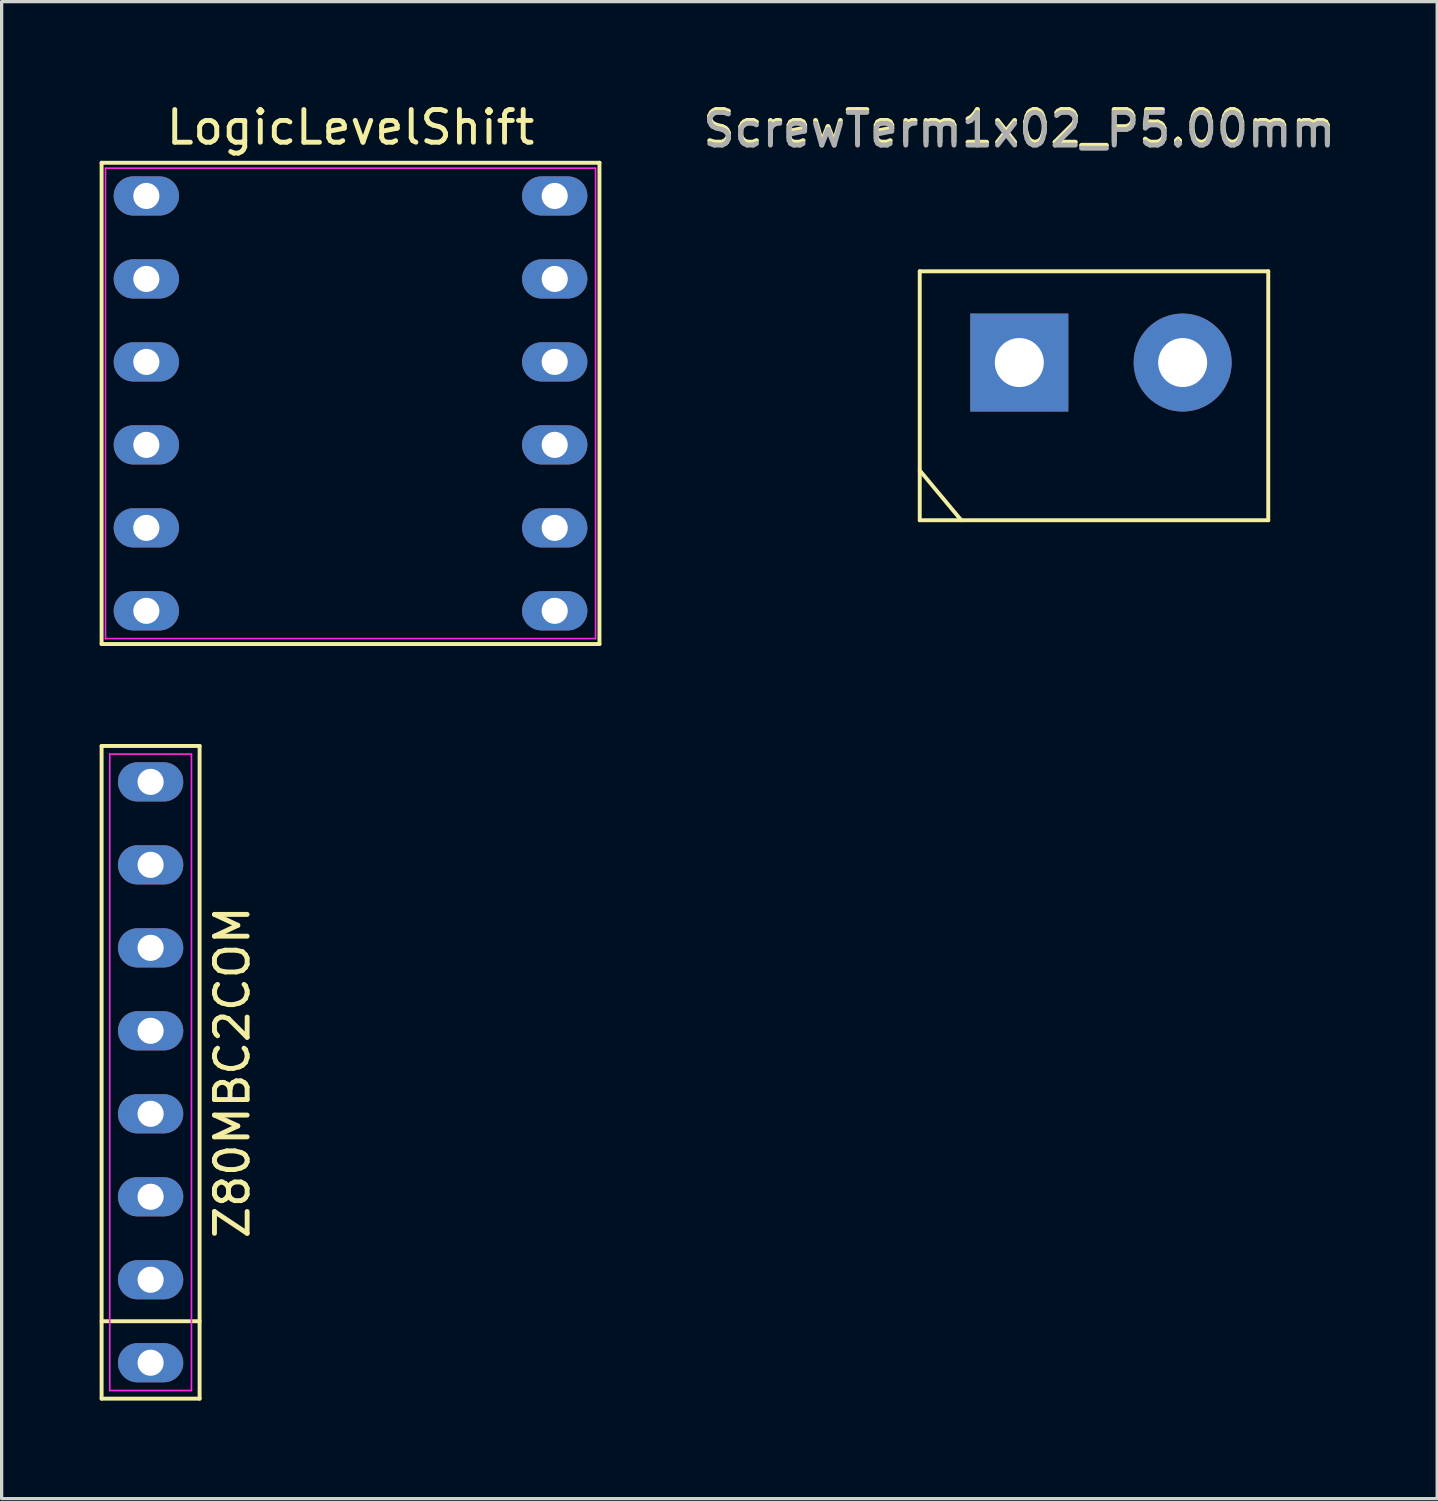
<source format=kicad_pcb>
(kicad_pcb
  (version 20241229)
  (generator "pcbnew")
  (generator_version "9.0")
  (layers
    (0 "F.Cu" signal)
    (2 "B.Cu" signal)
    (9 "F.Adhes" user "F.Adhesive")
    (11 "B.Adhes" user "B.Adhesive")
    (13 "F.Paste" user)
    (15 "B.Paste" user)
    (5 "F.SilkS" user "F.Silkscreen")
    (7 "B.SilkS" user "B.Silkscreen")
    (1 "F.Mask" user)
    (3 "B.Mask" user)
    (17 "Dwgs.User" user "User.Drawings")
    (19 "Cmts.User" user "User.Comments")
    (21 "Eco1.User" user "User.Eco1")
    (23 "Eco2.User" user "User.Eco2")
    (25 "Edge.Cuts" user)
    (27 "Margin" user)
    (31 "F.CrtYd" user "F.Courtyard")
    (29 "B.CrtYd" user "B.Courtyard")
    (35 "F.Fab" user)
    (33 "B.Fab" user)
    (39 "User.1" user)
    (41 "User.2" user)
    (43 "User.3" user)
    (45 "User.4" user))
  (footprint "ScrewTerm1x02_P5.00mm"
    (layer "F.Cu")
    (at 28.152 8.048)
    (property "Reference" "ScrewTerm1x02_P5.00mm" (at 0 -7.2 0) (layer "F.SilkS") (effects (font (size 1 1) (thickness 0.15))))
    (attr through_hole)
    (fp_line (start -3.048 -2.794) (end 7.62 -2.794) (stroke (width 0.12) (type solid)) (layer "F.SilkS"))
    (fp_line (start -3.048 3.302) (end -1.778 4.826) (stroke (width 0.12) (type solid)) (layer "F.SilkS"))
    (fp_line (start -3.048 4.826) (end -3.048 -2.794) (stroke (width 0.12) (type solid)) (layer "F.SilkS"))
    (fp_line (start 7.62 -2.794) (end 7.62 4.826) (stroke (width 0.12) (type solid)) (layer "F.SilkS"))
    (fp_line (start 7.62 4.826) (end -3.048 4.826) (stroke (width 0.12) (type solid)) (layer "F.SilkS"))
    (fp_text user "${REFERENCE}" (at 0 -7.112 0) (layer "F.Fab") (effects (font (size 1 1) (thickness 0.15))))
    (pad "1" thru_hole rect (at 0 0) (size 3 3) (drill 1.5) (layers "*.Cu" "*.Mask"))
    (pad "2" thru_hole circle (at 5 0) (size 3 3) (drill 1.5) (layers "*.Cu" "*.Mask")))
  (footprint "Z80MBC2COM"
    (layer "F.Cu")
    (at 1.814 29.774)
    (property "Reference" "Z80MBC2COM" (at 2.246 0 90) (layer "F.SilkS") (effects (font (size 1 1) (thickness 0.15))))
    (attr through_hole)
    (fp_line (start -1.754 -9.99) (end 1.246 -9.99) (stroke (width 0.12) (type solid)) (layer "F.SilkS"))
    (fp_line (start -1.754 7.62) (end 1.246 7.62) (stroke (width 0.12) (type solid)) (layer "F.SilkS"))
    (fp_line (start -1.754 9.99) (end -1.754 -9.99) (stroke (width 0.12) (type solid)) (layer "F.SilkS"))
    (fp_line (start 1.246 -9.99) (end 1.246 9.99) (stroke (width 0.12) (type solid)) (layer "F.SilkS"))
    (fp_line (start 1.246 9.99) (end -1.754 9.99) (stroke (width 0.12) (type solid)) (layer "F.SilkS"))
    (fp_line (start -1.504 -9.74) (end 0.996 -9.74) (stroke (width 0.05) (type solid)) (layer "F.CrtYd"))
    (fp_line (start -1.504 9.74) (end -1.504 -9.74) (stroke (width 0.05) (type solid)) (layer "F.CrtYd"))
    (fp_line (start 0.996 -9.74) (end 0.996 9.74) (stroke (width 0.05) (type solid)) (layer "F.CrtYd"))
    (fp_line (start 0.996 9.74) (end -1.504 9.74) (stroke (width 0.05) (type solid)) (layer "F.CrtYd"))
    (pad "1" thru_hole oval (at -0.254 8.89 90) (size 1.2 2) (drill 0.8) (layers "*.Cu" "*.Mask"))
    (pad "2" thru_hole oval (at -0.254 6.35 90) (size 1.2 2) (drill 0.8) (layers "*.Cu" "*.Mask"))
    (pad "3" thru_hole oval (at -0.254 3.81 90) (size 1.2 2) (drill 0.8) (layers "*.Cu" "*.Mask"))
    (pad "4" thru_hole oval (at -0.254 1.27 90) (size 1.2 2) (drill 0.8) (layers "*.Cu" "*.Mask"))
    (pad "5" thru_hole oval (at -0.254 -1.27 90) (size 1.2 2) (drill 0.8) (layers "*.Cu" "*.Mask"))
    (pad "6" thru_hole oval (at -0.254 -3.81 90) (size 1.2 2) (drill 0.8) (layers "*.Cu" "*.Mask"))
    (pad "7" thru_hole oval (at -0.254 -6.35 90) (size 1.2 2) (drill 0.8) (layers "*.Cu" "*.Mask"))
    (pad "8" thru_hole oval (at -0.254 -8.89 90) (size 1.2 2) (drill 0.8) (layers "*.Cu" "*.Mask")))
  (footprint "LogicLevelShift"
    (layer "F.Cu")
    (at 7.934 9.298)
    (property "Reference" "LogicLevelShift" (at -0.254 -8.45 0) (layer "F.SilkS") (effects (font (size 1 1) (thickness 0.15))))
    (attr through_hole)
    (fp_line (start -7.874 -7.366) (end 7.366 -7.366) (stroke (width 0.12) (type solid)) (layer "F.SilkS"))
    (fp_line (start -7.874 7.366) (end -7.874 -7.366) (stroke (width 0.12) (type solid)) (layer "F.SilkS"))
    (fp_line (start 7.366 -7.366) (end 7.366 7.366) (stroke (width 0.12) (type solid)) (layer "F.SilkS"))
    (fp_line (start 7.366 7.366) (end -7.874 7.366) (stroke (width 0.12) (type solid)) (layer "F.SilkS"))
    (fp_line (start -7.754 -7.2) (end 7.246 -7.2) (stroke (width 0.05) (type solid)) (layer "F.CrtYd"))
    (fp_line (start -7.754 7.2) (end -7.754 -7.2) (stroke (width 0.05) (type solid)) (layer "F.CrtYd"))
    (fp_line (start 7.246 -7.2) (end 7.246 7.2) (stroke (width 0.05) (type solid)) (layer "F.CrtYd"))
    (fp_line (start 7.246 7.2) (end -7.754 7.2) (stroke (width 0.05) (type solid)) (layer "F.CrtYd"))
    (pad "1" thru_hole oval (at -6.504 -6.35 270) (size 1.2 2) (drill 0.8) (layers "*.Cu" "*.Mask"))
    (pad "2" thru_hole oval (at -6.504 -3.81 270) (size 1.2 2) (drill 0.8) (layers "*.Cu" "*.Mask"))
    (pad "3" thru_hole oval (at -6.504 -1.27 270) (size 1.2 2) (drill 0.8) (layers "*.Cu" "*.Mask"))
    (pad "4" thru_hole oval (at -6.504 1.27 270) (size 1.2 2) (drill 0.8) (layers "*.Cu" "*.Mask"))
    (pad "5" thru_hole oval (at -6.504 3.81 270) (size 1.2 2) (drill 0.8) (layers "*.Cu" "*.Mask"))
    (pad "6" thru_hole oval (at -6.504 6.35 270) (size 1.2 2) (drill 0.8) (layers "*.Cu" "*.Mask"))
    (pad "7" thru_hole oval (at 5.996 6.35 270) (size 1.2 2) (drill 0.8) (layers "*.Cu" "*.Mask"))
    (pad "8" thru_hole oval (at 5.996 3.81 270) (size 1.2 2) (drill 0.8) (layers "*.Cu" "*.Mask"))
    (pad "9" thru_hole oval (at 5.996 1.27 270) (size 1.2 2) (drill 0.8) (layers "*.Cu" "*.Mask"))
    (pad "10" thru_hole oval (at 5.996 -1.27 270) (size 1.2 2) (drill 0.8) (layers "*.Cu" "*.Mask"))
    (pad "11" thru_hole oval (at 5.996 -3.81 270) (size 1.2 2) (drill 0.8) (layers "*.Cu" "*.Mask"))
    (pad "12" thru_hole oval (at 5.996 -6.35 270) (size 1.2 2) (drill 0.8) (layers "*.Cu" "*.Mask")))
  (gr_rect
    (start -3 -3)
    (end 40.943 42.824)
    (stroke (width 0.1) (type default))
    (fill no)
    (layer "Edge.Cuts")))
</source>
